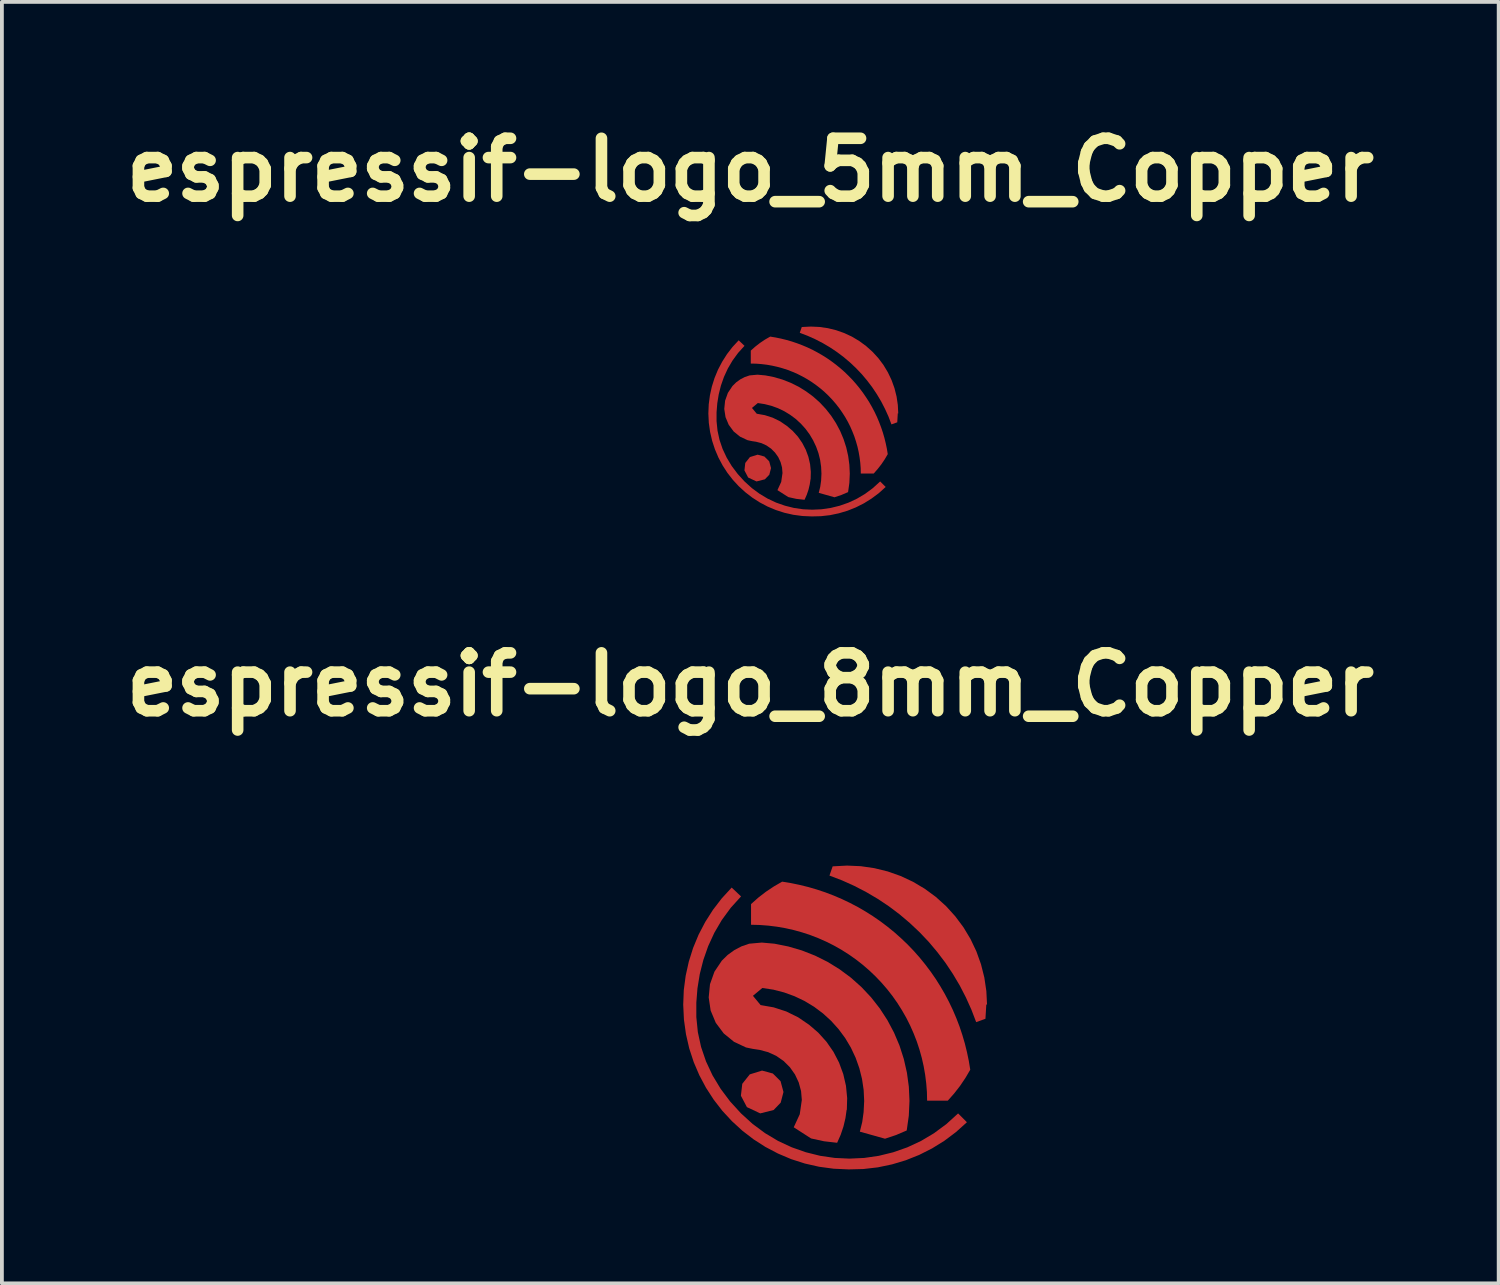
<source format=kicad_pcb>
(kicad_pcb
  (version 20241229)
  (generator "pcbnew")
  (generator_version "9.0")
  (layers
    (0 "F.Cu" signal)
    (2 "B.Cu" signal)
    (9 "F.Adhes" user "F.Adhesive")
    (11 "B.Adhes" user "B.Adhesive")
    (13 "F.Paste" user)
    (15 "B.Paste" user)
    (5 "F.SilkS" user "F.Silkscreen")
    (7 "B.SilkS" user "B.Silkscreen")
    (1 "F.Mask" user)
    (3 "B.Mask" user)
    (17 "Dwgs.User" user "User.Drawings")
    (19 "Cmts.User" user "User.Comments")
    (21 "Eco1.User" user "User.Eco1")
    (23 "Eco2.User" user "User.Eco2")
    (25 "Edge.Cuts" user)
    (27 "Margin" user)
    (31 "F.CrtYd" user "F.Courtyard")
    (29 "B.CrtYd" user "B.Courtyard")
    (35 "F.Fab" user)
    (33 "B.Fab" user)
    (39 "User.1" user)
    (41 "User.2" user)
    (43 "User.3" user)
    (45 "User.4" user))
  (footprint "espressif-logo_5mm_Copper"
    (layer "F.Cu")
    (at 16.706 8.923)
    (property "Reference" "espressif-logo_5mm_Copper" (at 0 -7.497 0) (layer "F.SilkS") (effects (font (size 1.524 1.524) (thickness 0.305))))
    (attr exclude_from_pos_files exclude_from_bom)
    (fp_poly (pts (xy 0.546 0.352) (xy 0.501 0.527) (xy 0.384 0.648) (xy 0.164 0.704) (xy -0.056 0.601) (xy -0.154 0.413) (xy -0.132 0.217) (xy -0.009 0.062) (xy 0.194 -0.001) (xy 0.372 0.048) (xy 0.498 0.174) (xy 0.546 0.352)) (stroke (width 0) (type solid)) (fill yes) (layer "F.Cu"))
    (fp_poly (pts (xy 3.896 -1.084) (xy 3.885 -1.309) (xy 3.852 -1.532) (xy 3.797 -1.751) (xy 3.721 -1.963) (xy 3.624 -2.167) (xy 3.508 -2.36) (xy 3.373 -2.541) (xy 3.221 -2.707) (xy 3.053 -2.858) (xy 2.872 -2.992) (xy 2.678 -3.108) (xy 2.474 -3.203) (xy 2.261 -3.278) (xy 2.042 -3.332) (xy 1.819 -3.364) (xy 1.594 -3.374) (xy 1.356 -3.362) (xy 1.303 -3.21) (xy 1.509 -3.131) (xy 1.71 -3.041) (xy 1.906 -2.94) (xy 2.096 -2.828) (xy 2.28 -2.705) (xy 2.456 -2.573) (xy 2.625 -2.43) (xy 2.785 -2.279) (xy 2.937 -2.119) (xy 3.079 -1.95) (xy 3.212 -1.774) (xy 3.334 -1.591) (xy 3.447 -1.401) (xy 3.548 -1.205) (xy 3.639 -1.004) (xy 3.717 -0.798) (xy 3.87 -0.853) (xy 3.884 -1.091) (xy 3.896 -1.084)) (stroke (width 0) (type solid)) (fill yes) (layer "F.Cu"))
    (fp_poly (pts (xy 1.62 1.625) (xy 1.373 1.614) (xy 1.132 1.582) (xy 0.898 1.529) (xy 0.672 1.456) (xy 0.455 1.365) (xy 0.249 1.256) (xy 0.053 1.13) (xy -0.131 0.988) (xy -0.302 0.832) (xy -0.459 0.662) (xy -0.602 0.478) (xy -0.728 0.283) (xy -0.838 0.077) (xy -0.93 -0.139) (xy -1.004 -0.365) (xy -1.058 -0.598) (xy -1.092 -0.839) (xy -1.104 -1.086) (xy -1.094 -1.326) (xy -1.063 -1.562) (xy -1.012 -1.794) (xy -0.941 -2.019) (xy -0.851 -2.237) (xy -0.741 -2.447) (xy -0.614 -2.647) (xy -0.469 -2.836) (xy -0.306 -3.012) (xy -0.152 -2.867) (xy -0.322 -2.679) (xy -0.468 -2.479) (xy -0.592 -2.268) (xy -0.693 -2.048) (xy -0.773 -1.821) (xy -0.831 -1.589) (xy -0.869 -1.354) (xy -0.888 -1.118) (xy -0.888 -0.882) (xy -0.863 -0.634) (xy -0.81 -0.39) (xy -0.729 -0.152) (xy -0.621 0.078) (xy -0.488 0.299) (xy -0.331 0.508) (xy -0.152 0.704) (xy 0.04 0.878) (xy 0.244 1.029) (xy 0.458 1.157) (xy 0.682 1.262) (xy 0.914 1.343) (xy 1.15 1.402) (xy 1.39 1.437) (xy 1.633 1.448) (xy 1.875 1.437) (xy 2.116 1.402) (xy 2.353 1.344) (xy 2.584 1.263) (xy 2.809 1.158) (xy 3.024 1.03) (xy 3.228 0.879) (xy 3.42 0.704) (xy 3.565 0.849) (xy 3.386 1.011) (xy 3.194 1.154) (xy 2.992 1.28) (xy 2.78 1.387) (xy 2.56 1.475) (xy 2.332 1.543) (xy 2.099 1.592) (xy 1.861 1.619) (xy 1.62 1.625)) (stroke (width 0) (type solid)) (fill yes) (layer "F.Cu"))
    (fp_poly (pts (xy 3.62 -0.015) (xy 3.596 -0.16) (xy 3.566 -0.303) (xy 3.531 -0.446) (xy 3.49 -0.586) (xy 3.443 -0.725) (xy 3.391 -0.862) (xy 3.334 -0.997) (xy 3.271 -1.13) (xy 3.202 -1.26) (xy 3.129 -1.387) (xy 3.05 -1.51) (xy 2.967 -1.631) (xy 2.879 -1.748) (xy 2.786 -1.862) (xy 2.689 -1.972) (xy 2.587 -2.077) (xy 2.482 -2.179) (xy 2.372 -2.276) (xy 2.258 -2.369) (xy 2.141 -2.457) (xy 2.02 -2.541) (xy 1.896 -2.619) (xy 1.769 -2.692) (xy 1.64 -2.761) (xy 1.507 -2.824) (xy 1.372 -2.881) (xy 1.235 -2.933) (xy 1.096 -2.98) (xy 0.955 -3.021) (xy 0.813 -3.056) (xy 0.669 -3.086) (xy 0.525 -3.11) (xy 0.387 -3.031) (xy 0.256 -2.943) (xy 0.131 -2.846) (xy 0.013 -2.741) (xy 0.013 -2.4) (xy 0.155 -2.397) (xy 0.296 -2.386) (xy 0.438 -2.369) (xy 0.578 -2.344) (xy 0.716 -2.313) (xy 0.853 -2.275) (xy 0.988 -2.231) (xy 1.121 -2.179) (xy 1.251 -2.122) (xy 1.377 -2.058) (xy 1.501 -1.988) (xy 1.621 -1.912) (xy 1.737 -1.83) (xy 1.849 -1.743) (xy 1.957 -1.65) (xy 2.06 -1.552) (xy 2.158 -1.449) (xy 2.251 -1.341) (xy 2.339 -1.229) (xy 2.42 -1.113) (xy 2.497 -0.993) (xy 2.567 -0.87) (xy 2.631 -0.743) (xy 2.688 -0.613) (xy 2.74 -0.481) (xy 2.784 -0.346) (xy 2.823 -0.209) (xy 2.854 -0.07) (xy 2.878 0.07) (xy 2.896 0.211) (xy 2.907 0.353) (xy 2.91 0.495) (xy 3.251 0.495) (xy 3.355 0.376) (xy 3.452 0.252) (xy 3.54 0.121) (xy 3.62 -0.015)) (stroke (width 0) (type solid)) (fill yes) (layer "F.Cu"))
    (fp_poly (pts (xy 1.589 0.652) (xy 1.594 0.451) (xy 1.575 0.252) (xy 1.53 0.056) (xy 1.461 -0.132) (xy 1.368 -0.31) (xy 1.254 -0.475) (xy 1.119 -0.624) (xy 0.967 -0.755) (xy 0.787 -0.878) (xy 0.592 -0.974) (xy 0.384 -1.041) (xy 0.17 -1.079) (xy 0.044 -1.231) (xy 0.198 -1.36) (xy 0.379 -1.332) (xy 0.556 -1.287) (xy 0.728 -1.225) (xy 0.893 -1.146) (xy 1.049 -1.051) (xy 1.196 -0.942) (xy 1.331 -0.818) (xy 1.453 -0.683) (xy 1.562 -0.535) (xy 1.655 -0.378) (xy 1.733 -0.213) (xy 1.795 -0.041) (xy 1.839 0.137) (xy 1.865 0.318) (xy 1.874 0.5) (xy 1.865 0.683) (xy 1.842 0.845) (xy 1.803 1.004) (xy 2.217 1.121) (xy 2.399 1.06) (xy 2.575 0.985) (xy 2.609 0.742) (xy 2.62 0.497) (xy 2.609 0.265) (xy 2.578 0.036) (xy 2.527 -0.191) (xy 2.456 -0.411) (xy 2.366 -0.625) (xy 2.257 -0.83) (xy 2.131 -1.024) (xy 1.987 -1.207) (xy 1.829 -1.376) (xy 1.656 -1.53) (xy 1.469 -1.668) (xy 1.272 -1.79) (xy 1.064 -1.893) (xy 0.848 -1.978) (xy 0.626 -2.043) (xy 0.398 -2.088) (xy 0.19 -2.107) (xy -0.018 -2.088) (xy -0.145 -2.045) (xy -0.264 -1.983) (xy -0.373 -1.904) (xy -0.468 -1.81) (xy -0.59 -1.628) (xy -0.663 -1.423) (xy -0.685 -1.205) (xy -0.652 -0.989) (xy -0.568 -0.788) (xy -0.438 -0.612) (xy -0.268 -0.474) (xy -0.071 -0.382) (xy 0.041 -0.358) (xy 0.153 -0.341) (xy 0.295 -0.304) (xy 0.427 -0.243) (xy 0.548 -0.159) (xy 0.651 -0.056) (xy 0.736 0.063) (xy 0.798 0.196) (xy 0.836 0.337) (xy 0.848 0.483) (xy 0.814 0.717) (xy 0.715 0.933) (xy 1.001 1.116) (xy 1.213 1.163) (xy 1.429 1.187) (xy 1.487 1.056) (xy 1.533 0.921) (xy 1.566 0.782) (xy 1.587 0.64) (xy 1.589 0.652)) (stroke (width 0) (type solid)) (fill yes) (layer "F.Cu")))
  (footprint "espressif-logo_8mm_Copper"
    (layer "F.Cu")
    (at 16.706 25.141)
    (property "Reference" "espressif-logo_8mm_Copper" (at 0 -10.166 0) (layer "F.SilkS") (effects (font (size 1.524 1.524) (thickness 0.305))))
    (attr exclude_from_pos_files exclude_from_bom)
    (fp_poly (pts (xy 0.874 0.563) (xy 0.801 0.843) (xy 0.615 1.037) (xy 0.262 1.126) (xy -0.089 0.961) (xy -0.247 0.661) (xy -0.211 0.347) (xy -0.014 0.099) (xy 0.31 -0.001) (xy 0.594 0.076) (xy 0.797 0.278) (xy 0.874 0.563)) (stroke (width 0) (type solid)) (fill yes) (layer "F.Cu"))
    (fp_poly (pts (xy 6.234 -1.734) (xy 6.216 -2.094) (xy 6.163 -2.451) (xy 6.075 -2.801) (xy 5.953 -3.141) (xy 5.798 -3.467) (xy 5.612 -3.776) (xy 5.396 -4.065) (xy 5.154 -4.332) (xy 4.886 -4.574) (xy 4.595 -4.788) (xy 4.285 -4.972) (xy 3.958 -5.125) (xy 3.618 -5.245) (xy 3.267 -5.331) (xy 2.91 -5.383) (xy 2.55 -5.399) (xy 2.169 -5.379) (xy 2.085 -5.136) (xy 2.415 -5.01) (xy 2.737 -4.865) (xy 3.05 -4.703) (xy 3.354 -4.524) (xy 3.648 -4.328) (xy 3.93 -4.116) (xy 4.199 -3.888) (xy 4.456 -3.646) (xy 4.699 -3.39) (xy 4.926 -3.12) (xy 5.139 -2.839) (xy 5.335 -2.545) (xy 5.515 -2.242) (xy 5.677 -1.928) (xy 5.822 -1.606) (xy 5.948 -1.277) (xy 6.192 -1.365) (xy 6.215 -1.746) (xy 6.234 -1.734)) (stroke (width 0) (type solid)) (fill yes) (layer "F.Cu"))
    (fp_poly (pts (xy 2.592 2.601) (xy 2.196 2.583) (xy 1.811 2.531) (xy 1.436 2.446) (xy 1.075 2.33) (xy 0.729 2.183) (xy 0.398 2.009) (xy 0.085 1.808) (xy -0.21 1.581) (xy -0.483 1.331) (xy -0.735 1.059) (xy -0.962 0.766) (xy -1.165 0.453) (xy -1.341 0.123) (xy -1.489 -0.223) (xy -1.607 -0.583) (xy -1.693 -0.957) (xy -1.747 -1.343) (xy -1.766 -1.738) (xy -1.751 -2.121) (xy -1.701 -2.499) (xy -1.619 -2.87) (xy -1.506 -3.23) (xy -1.361 -3.58) (xy -1.186 -3.915) (xy -0.982 -4.235) (xy -0.75 -4.537) (xy -0.49 -4.82) (xy -0.243 -4.587) (xy -0.515 -4.287) (xy -0.75 -3.966) (xy -0.947 -3.629) (xy -1.109 -3.277) (xy -1.236 -2.914) (xy -1.33 -2.543) (xy -1.391 -2.167) (xy -1.421 -1.789) (xy -1.421 -1.411) (xy -1.381 -1.014) (xy -1.296 -0.624) (xy -1.166 -0.243) (xy -0.994 0.125) (xy -0.781 0.478) (xy -0.53 0.813) (xy -0.243 1.127) (xy 0.063 1.405) (xy 0.39 1.647) (xy 0.733 1.852) (xy 1.092 2.019) (xy 1.462 2.149) (xy 1.84 2.243) (xy 2.225 2.299) (xy 2.612 2.317) (xy 3 2.299) (xy 3.385 2.243) (xy 3.764 2.15) (xy 4.135 2.02) (xy 4.494 1.853) (xy 4.838 1.648) (xy 5.165 1.406) (xy 5.472 1.127) (xy 5.704 1.359) (xy 5.417 1.617) (xy 5.111 1.847) (xy 4.787 2.048) (xy 4.448 2.219) (xy 4.095 2.36) (xy 3.731 2.469) (xy 3.358 2.547) (xy 2.977 2.591) (xy 2.592 2.601)) (stroke (width 0) (type solid)) (fill yes) (layer "F.Cu"))
    (fp_poly (pts (xy 5.792 -0.024) (xy 5.754 -0.255) (xy 5.706 -0.485) (xy 5.65 -0.713) (xy 5.584 -0.938) (xy 5.51 -1.161) (xy 5.426 -1.38) (xy 5.334 -1.596) (xy 5.233 -1.808) (xy 5.124 -2.015) (xy 5.006 -2.218) (xy 4.881 -2.417) (xy 4.747 -2.61) (xy 4.606 -2.797) (xy 4.458 -2.979) (xy 4.302 -3.155) (xy 4.14 -3.324) (xy 3.97 -3.486) (xy 3.795 -3.642) (xy 3.613 -3.79) (xy 3.426 -3.931) (xy 3.232 -4.065) (xy 3.034 -4.19) (xy 2.831 -4.308) (xy 2.623 -4.417) (xy 2.411 -4.518) (xy 2.196 -4.61) (xy 1.976 -4.694) (xy 1.754 -4.768) (xy 1.529 -4.834) (xy 1.301 -4.89) (xy 1.071 -4.938) (xy 0.839 -4.976) (xy 0.62 -4.849) (xy 0.41 -4.709) (xy 0.209 -4.554) (xy 0.02 -4.385) (xy 0.02 -3.841) (xy 0.248 -3.835) (xy 0.474 -3.818) (xy 0.7 -3.79) (xy 0.924 -3.751) (xy 1.146 -3.701) (xy 1.365 -3.64) (xy 1.581 -3.569) (xy 1.793 -3.487) (xy 2.001 -3.395) (xy 2.204 -3.293) (xy 2.402 -3.181) (xy 2.594 -3.059) (xy 2.78 -2.928) (xy 2.959 -2.788) (xy 3.131 -2.64) (xy 3.296 -2.483) (xy 3.453 -2.318) (xy 3.602 -2.146) (xy 3.742 -1.967) (xy 3.873 -1.781) (xy 3.994 -1.589) (xy 4.107 -1.392) (xy 4.209 -1.189) (xy 4.301 -0.981) (xy 4.384 -0.769) (xy 4.455 -0.553) (xy 4.516 -0.334) (xy 4.566 -0.112) (xy 4.605 0.112) (xy 4.633 0.337) (xy 4.651 0.564) (xy 4.656 0.791) (xy 5.201 0.791) (xy 5.368 0.602) (xy 5.523 0.403) (xy 5.664 0.194) (xy 5.792 -0.024)) (stroke (width 0) (type solid)) (fill yes) (layer "F.Cu"))
    (fp_poly (pts (xy 2.542 1.043) (xy 2.551 0.722) (xy 2.52 0.402) (xy 2.448 0.09) (xy 2.337 -0.212) (xy 2.189 -0.497) (xy 2.006 -0.76) (xy 1.791 -0.999) (xy 1.548 -1.208) (xy 1.26 -1.404) (xy 0.947 -1.558) (xy 0.615 -1.666) (xy 0.272 -1.726) (xy 0.07 -1.97) (xy 0.317 -2.176) (xy 0.607 -2.132) (xy 0.89 -2.059) (xy 1.165 -1.959) (xy 1.429 -1.833) (xy 1.679 -1.682) (xy 1.913 -1.507) (xy 2.13 -1.309) (xy 2.325 -1.092) (xy 2.499 -0.857) (xy 2.649 -0.605) (xy 2.773 -0.341) (xy 2.871 -0.065) (xy 2.942 0.219) (xy 2.985 0.508) (xy 2.999 0.8) (xy 2.984 1.092) (xy 2.948 1.352) (xy 2.885 1.607) (xy 3.548 1.793) (xy 3.838 1.696) (xy 4.119 1.576) (xy 4.174 1.187) (xy 4.192 0.795) (xy 4.175 0.425) (xy 4.125 0.057) (xy 4.043 -0.305) (xy 3.93 -0.658) (xy 3.785 -1) (xy 3.611 -1.328) (xy 3.409 -1.639) (xy 3.18 -1.931) (xy 2.926 -2.201) (xy 2.649 -2.448) (xy 2.351 -2.669) (xy 2.035 -2.864) (xy 1.703 -3.029) (xy 1.357 -3.165) (xy 1.001 -3.269) (xy 0.637 -3.342) (xy 0.304 -3.372) (xy -0.029 -3.342) (xy -0.232 -3.272) (xy -0.422 -3.172) (xy -0.596 -3.046) (xy -0.749 -2.896) (xy -0.944 -2.605) (xy -1.061 -2.276) (xy -1.095 -1.928) (xy -1.044 -1.583) (xy -0.909 -1.26) (xy -0.7 -0.98) (xy -0.429 -0.759) (xy -0.113 -0.61) (xy 0.065 -0.573) (xy 0.245 -0.546) (xy 0.471 -0.486) (xy 0.684 -0.388) (xy 0.876 -0.255) (xy 1.042 -0.09) (xy 1.177 0.101) (xy 1.276 0.313) (xy 1.337 0.539) (xy 1.357 0.772) (xy 1.303 1.148) (xy 1.144 1.492) (xy 1.601 1.786) (xy 1.941 1.86) (xy 2.287 1.9) (xy 2.38 1.69) (xy 2.453 1.473) (xy 2.506 1.25) (xy 2.538 1.024) (xy 2.542 1.043)) (stroke (width 0) (type solid)) (fill yes) (layer "F.Cu")))
  (gr_rect
    (start -3 -3)
    (end 36.412 30.742)
    (stroke (width 0.1) (type default))
    (fill no)
    (layer "Edge.Cuts")))
</source>
